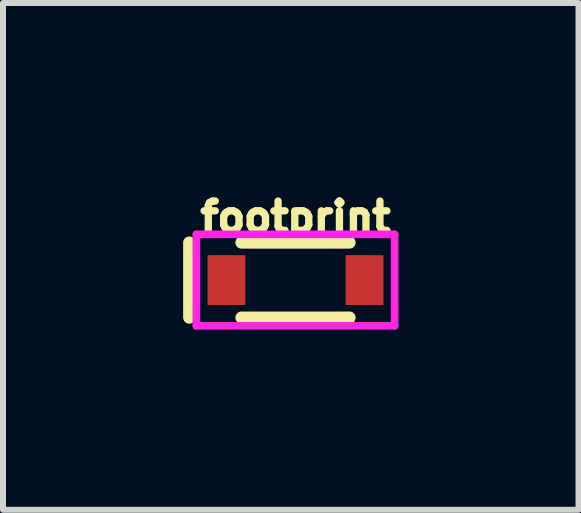
<source format=kicad_pcb>
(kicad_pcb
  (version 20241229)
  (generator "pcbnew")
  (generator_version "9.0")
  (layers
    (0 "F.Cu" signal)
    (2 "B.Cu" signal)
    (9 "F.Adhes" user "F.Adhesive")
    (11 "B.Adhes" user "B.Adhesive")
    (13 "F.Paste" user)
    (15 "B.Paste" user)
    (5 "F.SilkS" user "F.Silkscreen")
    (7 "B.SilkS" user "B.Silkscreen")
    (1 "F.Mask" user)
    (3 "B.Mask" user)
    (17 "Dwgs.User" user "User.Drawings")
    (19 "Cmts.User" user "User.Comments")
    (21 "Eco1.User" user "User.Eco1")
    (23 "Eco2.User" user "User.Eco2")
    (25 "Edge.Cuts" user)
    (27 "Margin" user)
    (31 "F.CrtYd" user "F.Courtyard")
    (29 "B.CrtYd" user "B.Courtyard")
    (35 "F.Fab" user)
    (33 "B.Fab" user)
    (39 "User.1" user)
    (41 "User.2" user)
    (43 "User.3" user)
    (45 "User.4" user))
  (footprint "footprint"
    (layer "F.Cu")
    (at 1.872 1.615)
    (property "Reference" "footprint" (at 0 -0.762 0) (layer "F.SilkS") (effects (font (size 0.488 0.488) (thickness 0.122)) (justify bottom)))
    (fp_line (start -1.77 -0.625) (end -1.77 0.625) (stroke (width 0.203) (type solid)) (layer "F.SilkS"))
    (fp_line (start -0.9 -0.625) (end 0.9 -0.625) (stroke (width 0.203) (type solid)) (layer "F.SilkS"))
    (fp_line (start -0.9 0.625) (end 0.9 0.625) (stroke (width 0.203) (type solid)) (layer "F.SilkS"))
    (fp_line (start -1.651 -0.762) (end 1.651 -0.762) (stroke (width 0.127) (type solid)) (layer "F.CrtYd"))
    (fp_line (start -1.651 0.762) (end -1.651 -0.762) (stroke (width 0.127) (type solid)) (layer "F.CrtYd"))
    (fp_line (start 1.651 -0.762) (end 1.651 0.762) (stroke (width 0.127) (type solid)) (layer "F.CrtYd"))
    (fp_line (start 1.651 0.762) (end -1.651 0.762) (stroke (width 0.127) (type solid)) (layer "F.CrtYd"))
    (pad "A" smd rect (at 1.15 0) (size 0.63 0.83) (layers "F.Cu" "F.Mask" "F.Paste"))
    (pad "C" smd rect (at -1.15 0) (size 0.63 0.83) (layers "F.Cu" "F.Mask" "F.Paste")))
  (gr_rect
    (start -3 -3)
    (end 6.586 5.441)
    (stroke (width 0.1) (type default))
    (fill no)
    (layer "Edge.Cuts")))
</source>
